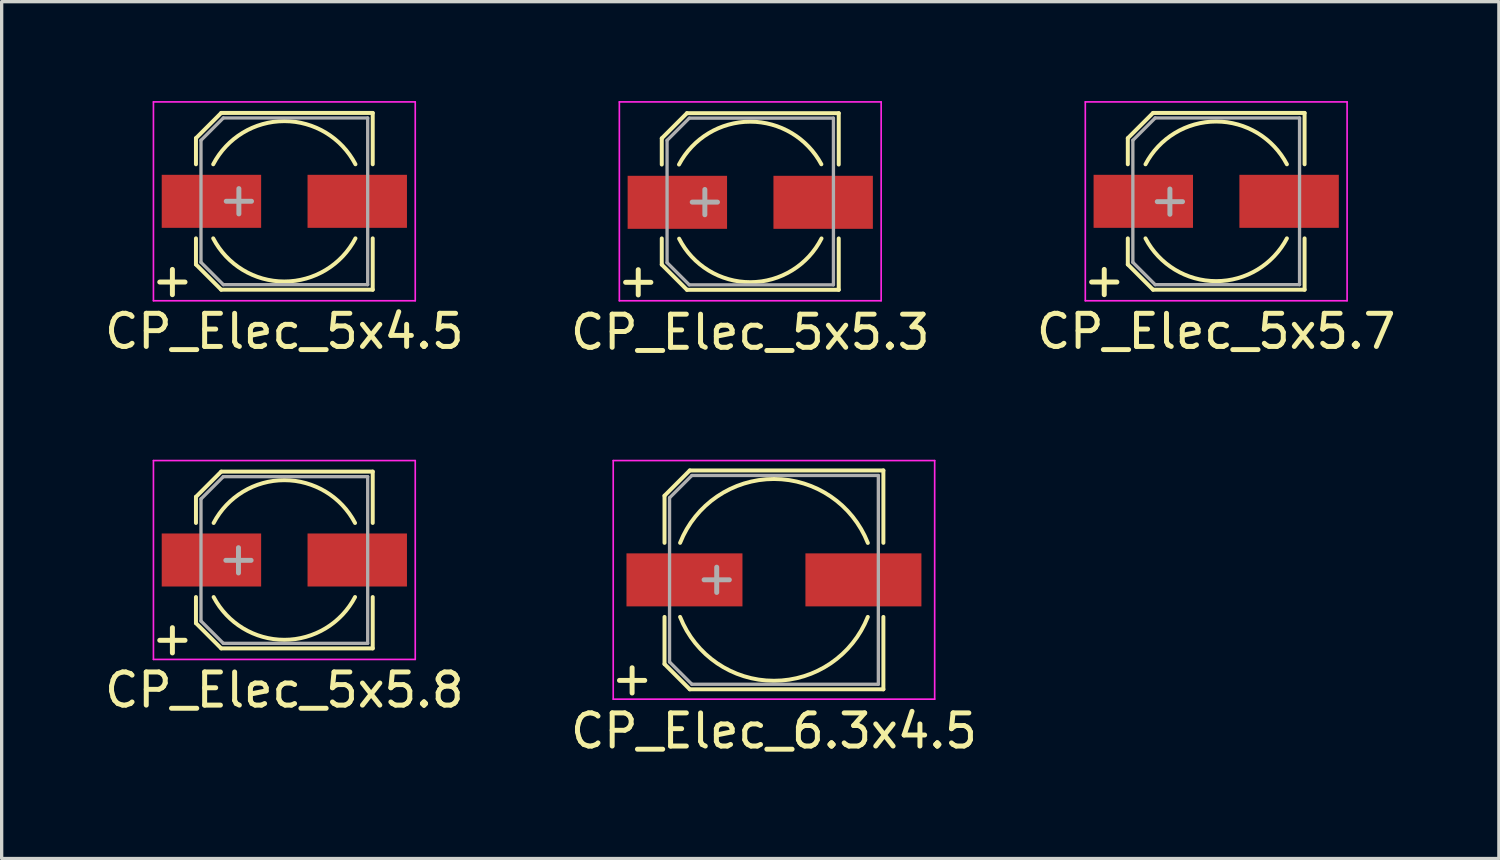
<source format=kicad_pcb>
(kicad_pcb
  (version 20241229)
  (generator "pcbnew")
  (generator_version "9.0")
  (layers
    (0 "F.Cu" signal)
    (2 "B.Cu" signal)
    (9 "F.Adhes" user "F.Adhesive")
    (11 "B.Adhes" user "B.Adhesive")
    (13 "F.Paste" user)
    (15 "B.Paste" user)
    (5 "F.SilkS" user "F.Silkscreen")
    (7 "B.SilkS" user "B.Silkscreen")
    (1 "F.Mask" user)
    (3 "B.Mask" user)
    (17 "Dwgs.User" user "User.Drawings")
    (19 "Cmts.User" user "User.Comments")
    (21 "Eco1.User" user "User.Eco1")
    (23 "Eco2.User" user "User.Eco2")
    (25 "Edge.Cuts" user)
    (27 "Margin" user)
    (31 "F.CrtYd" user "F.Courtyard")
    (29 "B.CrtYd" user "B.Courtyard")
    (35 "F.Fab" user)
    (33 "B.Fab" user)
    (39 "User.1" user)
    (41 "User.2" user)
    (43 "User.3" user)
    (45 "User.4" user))
  (footprint "CP_Elec_6.3x4.5"
    (layer "F.Cu")
    (at 20.304 14.448)
    (property "Reference" "CP_Elec_6.3x4.5" (at 0 4.559 0) (layer "F.SilkS") (effects (font (size 1 1) (thickness 0.15))))
    (attr smd)
    (fp_line (start -3.302 -2.54) (end -3.302 -1.118) (stroke (width 0.12) (type solid)) (layer "F.SilkS"))
    (fp_line (start -3.302 -2.54) (end -2.54 -3.302) (stroke (width 0.12) (type solid)) (layer "F.SilkS"))
    (fp_line (start -3.302 2.54) (end -3.302 1.118) (stroke (width 0.12) (type solid)) (layer "F.SilkS"))
    (fp_line (start -2.54 -3.302) (end 3.302 -3.302) (stroke (width 0.12) (type solid)) (layer "F.SilkS"))
    (fp_line (start -2.54 3.302) (end -3.302 2.54) (stroke (width 0.12) (type solid)) (layer "F.SilkS"))
    (fp_line (start 3.302 -3.302) (end 3.302 -1.118) (stroke (width 0.12) (type solid)) (layer "F.SilkS"))
    (fp_line (start 3.302 3.302) (end -2.54 3.302) (stroke (width 0.12) (type solid)) (layer "F.SilkS"))
    (fp_line (start 3.302 3.302) (end 3.302 1.118) (stroke (width 0.12) (type solid)) (layer "F.SilkS"))
    (fp_arc (start -2.8321 -1.1176) (mid 0.001257 -3.044638) (end 2.833022 -1.115262) (stroke (width 0.12) (type solid)) (layer "F.SilkS"))
    (fp_arc (start 2.8321 1.1176) (mid 0 3.044638) (end -2.8321 1.1176) (stroke (width 0.12) (type solid)) (layer "F.SilkS"))
    (fp_line (start -4.85 -3.6) (end -4.85 3.6) (stroke (width 0.05) (type solid)) (layer "F.CrtYd"))
    (fp_line (start -4.85 3.6) (end 4.85 3.6) (stroke (width 0.05) (type solid)) (layer "F.CrtYd"))
    (fp_line (start 4.85 -3.6) (end -4.85 -3.6) (stroke (width 0.05) (type solid)) (layer "F.CrtYd"))
    (fp_line (start 4.85 3.6) (end 4.85 -3.6) (stroke (width 0.05) (type solid)) (layer "F.CrtYd"))
    (fp_line (start -3.15 -2.477) (end -3.15 2.477) (stroke (width 0.1) (type solid)) (layer "F.Fab"))
    (fp_line (start -3.15 2.477) (end -2.477 3.15) (stroke (width 0.1) (type solid)) (layer "F.Fab"))
    (fp_line (start -2.477 -3.15) (end -3.15 -2.477) (stroke (width 0.1) (type solid)) (layer "F.Fab"))
    (fp_line (start -2.477 3.15) (end 3.15 3.15) (stroke (width 0.1) (type solid)) (layer "F.Fab"))
    (fp_line (start 3.15 -3.15) (end -2.477 -3.15) (stroke (width 0.1) (type solid)) (layer "F.Fab"))
    (fp_line (start 3.15 3.15) (end 3.15 -3.15) (stroke (width 0.1) (type solid)) (layer "F.Fab"))
    (fp_text user "+" (at -4.28 2.959 0) (layer "F.SilkS") (effects (font (size 1 1) (thickness 0.15))))
    (fp_text user "+" (at -1.727 -0.076 0) (layer "F.Fab") (effects (font (size 1 1) (thickness 0.15))))
    (pad "1" smd rect (at -2.7 0 180) (size 3.5 1.6) (layers "F.Cu" "F.Mask" "F.Paste"))
    (pad "2" smd rect (at 2.7 0 180) (size 3.5 1.6) (layers "F.Cu" "F.Mask" "F.Paste")))
  (footprint "CP_Elec_5x5.7"
    (layer "F.Cu")
    (at 33.649 3.025)
    (property "Reference" "CP_Elec_5x5.7" (at 0 3.924 0) (layer "F.SilkS") (effects (font (size 1 1) (thickness 0.15))))
    (attr smd)
    (fp_line (start -2.667 -1.905) (end -2.667 -1.118) (stroke (width 0.12) (type solid)) (layer "F.SilkS"))
    (fp_line (start -2.667 1.905) (end -2.667 1.118) (stroke (width 0.12) (type solid)) (layer "F.SilkS"))
    (fp_line (start -2.667 1.905) (end -1.905 2.667) (stroke (width 0.12) (type solid)) (layer "F.SilkS"))
    (fp_line (start -1.905 -2.667) (end -2.667 -1.905) (stroke (width 0.12) (type solid)) (layer "F.SilkS"))
    (fp_line (start -1.905 2.667) (end 2.667 2.667) (stroke (width 0.12) (type solid)) (layer "F.SilkS"))
    (fp_line (start 2.667 -2.667) (end -1.905 -2.667) (stroke (width 0.12) (type solid)) (layer "F.SilkS"))
    (fp_line (start 2.667 -2.667) (end 2.667 -1.118) (stroke (width 0.12) (type solid)) (layer "F.SilkS"))
    (fp_line (start 2.667 2.667) (end 2.667 1.118) (stroke (width 0.12) (type solid)) (layer "F.SilkS"))
    (fp_arc (start -2.1336 -1.1176) (mid 0 -2.408584) (end 2.1336 -1.1176) (stroke (width 0.12) (type solid)) (layer "F.SilkS"))
    (fp_arc (start 2.1336 1.1176) (mid 0 2.408584) (end -2.1336 1.1176) (stroke (width 0.12) (type solid)) (layer "F.SilkS"))
    (fp_line (start -3.95 -3) (end -3.95 3) (stroke (width 0.05) (type solid)) (layer "F.CrtYd"))
    (fp_line (start -3.95 3) (end 3.95 3) (stroke (width 0.05) (type solid)) (layer "F.CrtYd"))
    (fp_line (start 3.95 -3) (end -3.95 -3) (stroke (width 0.05) (type solid)) (layer "F.CrtYd"))
    (fp_line (start 3.95 3) (end 3.95 -3) (stroke (width 0.05) (type solid)) (layer "F.CrtYd"))
    (fp_line (start -2.515 -1.841) (end -2.515 1.841) (stroke (width 0.1) (type solid)) (layer "F.Fab"))
    (fp_line (start -2.515 1.841) (end -1.841 2.515) (stroke (width 0.1) (type solid)) (layer "F.Fab"))
    (fp_line (start -1.841 -2.515) (end -2.515 -1.841) (stroke (width 0.1) (type solid)) (layer "F.Fab"))
    (fp_line (start -1.841 2.515) (end 2.515 2.515) (stroke (width 0.1) (type solid)) (layer "F.Fab"))
    (fp_line (start 2.515 -2.515) (end -1.841 -2.515) (stroke (width 0.1) (type solid)) (layer "F.Fab"))
    (fp_line (start 2.515 2.515) (end 2.515 -2.515) (stroke (width 0.1) (type solid)) (layer "F.Fab"))
    (fp_text user "+" (at -3.378 2.362 0) (layer "F.SilkS") (effects (font (size 1 1) (thickness 0.15))))
    (fp_text user "+" (at -1.397 -0.064 0) (layer "F.Fab") (effects (font (size 1 1) (thickness 0.15))))
    (pad "1" smd rect (at -2.2 0 180) (size 3 1.6) (layers "F.Cu" "F.Mask" "F.Paste"))
    (pad "2" smd rect (at 2.2 0 180) (size 3 1.6) (layers "F.Cu" "F.Mask" "F.Paste")))
  (footprint "CP_Elec_5x4.5"
    (layer "F.Cu")
    (at 5.53 3.025)
    (property "Reference" "CP_Elec_5x4.5" (at 0 3.924 0) (layer "F.SilkS") (effects (font (size 1 1) (thickness 0.15))))
    (attr smd)
    (fp_line (start -2.667 -1.905) (end -2.667 -1.118) (stroke (width 0.12) (type solid)) (layer "F.SilkS"))
    (fp_line (start -2.667 1.905) (end -2.667 1.118) (stroke (width 0.12) (type solid)) (layer "F.SilkS"))
    (fp_line (start -2.667 1.905) (end -1.905 2.667) (stroke (width 0.12) (type solid)) (layer "F.SilkS"))
    (fp_line (start -1.905 -2.667) (end -2.667 -1.905) (stroke (width 0.12) (type solid)) (layer "F.SilkS"))
    (fp_line (start -1.905 2.667) (end 2.667 2.667) (stroke (width 0.12) (type solid)) (layer "F.SilkS"))
    (fp_line (start 2.667 -2.667) (end -1.905 -2.667) (stroke (width 0.12) (type solid)) (layer "F.SilkS"))
    (fp_line (start 2.667 -2.667) (end 2.667 -1.118) (stroke (width 0.12) (type solid)) (layer "F.SilkS"))
    (fp_line (start 2.667 2.667) (end 2.667 1.118) (stroke (width 0.12) (type solid)) (layer "F.SilkS"))
    (fp_arc (start -2.1463 -1.1176) (mid -0.000477 -2.419842) (end 2.145859 -1.118447) (stroke (width 0.12) (type solid)) (layer "F.SilkS"))
    (fp_arc (start 2.1463 1.1176) (mid 0 2.419842) (end -2.1463 1.1176) (stroke (width 0.12) (type solid)) (layer "F.SilkS"))
    (fp_line (start -3.95 -3) (end -3.95 3) (stroke (width 0.05) (type solid)) (layer "F.CrtYd"))
    (fp_line (start -3.95 3) (end 3.95 3) (stroke (width 0.05) (type solid)) (layer "F.CrtYd"))
    (fp_line (start 3.95 -3) (end -3.95 -3) (stroke (width 0.05) (type solid)) (layer "F.CrtYd"))
    (fp_line (start 3.95 3) (end 3.95 -3) (stroke (width 0.05) (type solid)) (layer "F.CrtYd"))
    (fp_line (start -2.515 -1.841) (end -2.515 1.841) (stroke (width 0.1) (type solid)) (layer "F.Fab"))
    (fp_line (start -2.515 1.841) (end -1.841 2.515) (stroke (width 0.1) (type solid)) (layer "F.Fab"))
    (fp_line (start -1.841 -2.515) (end -2.515 -1.841) (stroke (width 0.1) (type solid)) (layer "F.Fab"))
    (fp_line (start -1.841 2.515) (end 2.515 2.515) (stroke (width 0.1) (type solid)) (layer "F.Fab"))
    (fp_line (start 2.515 -2.515) (end -1.841 -2.515) (stroke (width 0.1) (type solid)) (layer "F.Fab"))
    (fp_line (start 2.515 2.515) (end 2.515 -2.515) (stroke (width 0.1) (type solid)) (layer "F.Fab"))
    (fp_text user "+" (at -3.378 2.362 0) (layer "F.SilkS") (effects (font (size 1 1) (thickness 0.15))))
    (fp_text user "+" (at -1.372 -0.076 0) (layer "F.Fab") (effects (font (size 1 1) (thickness 0.15))))
    (pad "1" smd rect (at -2.2 0 180) (size 3 1.6) (layers "F.Cu" "F.Mask" "F.Paste"))
    (pad "2" smd rect (at 2.2 0 180) (size 3 1.6) (layers "F.Cu" "F.Mask" "F.Paste")))
  (footprint "CP_Elec_5x5.3"
    (layer "F.Cu")
    (at 19.589 3.055)
    (property "Reference" "CP_Elec_5x5.3" (at 0 3.92 0) (layer "F.SilkS") (effects (font (size 1 1) (thickness 0.15))))
    (attr smd)
    (fp_line (start -2.67 -1.93) (end -2.67 -1.14) (stroke (width 0.12) (type solid)) (layer "F.SilkS"))
    (fp_line (start -2.67 1.88) (end -2.67 1.09) (stroke (width 0.12) (type solid)) (layer "F.SilkS"))
    (fp_line (start -2.67 1.88) (end -1.91 2.64) (stroke (width 0.12) (type solid)) (layer "F.SilkS"))
    (fp_line (start -1.91 -2.69) (end -2.67 -1.93) (stroke (width 0.12) (type solid)) (layer "F.SilkS"))
    (fp_line (start -1.91 2.64) (end 2.67 2.64) (stroke (width 0.12) (type solid)) (layer "F.SilkS"))
    (fp_line (start 2.67 -2.69) (end -1.91 -2.69) (stroke (width 0.12) (type solid)) (layer "F.SilkS"))
    (fp_line (start 2.67 -2.69) (end 2.67 -1.14) (stroke (width 0.12) (type solid)) (layer "F.SilkS"))
    (fp_line (start 2.67 2.64) (end 2.67 1.09) (stroke (width 0.12) (type solid)) (layer "F.SilkS"))
    (fp_arc (start -2.15 -1.14) (mid -0.004715 -2.433532) (end 2.145566 -1.148323) (stroke (width 0.12) (type solid)) (layer "F.SilkS"))
    (fp_arc (start 2.15 1.09) (mid 0.003831 2.410516) (end -2.146525 1.096828) (stroke (width 0.12) (type solid)) (layer "F.SilkS"))
    (fp_line (start -3.95 -3.03) (end -3.95 2.97) (stroke (width 0.05) (type solid)) (layer "F.CrtYd"))
    (fp_line (start -3.95 2.97) (end 3.95 2.97) (stroke (width 0.05) (type solid)) (layer "F.CrtYd"))
    (fp_line (start 3.95 -3.03) (end -3.95 -3.03) (stroke (width 0.05) (type solid)) (layer "F.CrtYd"))
    (fp_line (start 3.95 2.97) (end 3.95 -3.03) (stroke (width 0.05) (type solid)) (layer "F.CrtYd"))
    (fp_line (start -2.51 -1.87) (end -2.51 1.82) (stroke (width 0.1) (type solid)) (layer "F.Fab"))
    (fp_line (start -2.51 1.82) (end -1.84 2.49) (stroke (width 0.1) (type solid)) (layer "F.Fab"))
    (fp_line (start -1.84 -2.54) (end -2.51 -1.87) (stroke (width 0.1) (type solid)) (layer "F.Fab"))
    (fp_line (start -1.84 2.49) (end 2.51 2.49) (stroke (width 0.1) (type solid)) (layer "F.Fab"))
    (fp_line (start 2.51 -2.54) (end -1.84 -2.54) (stroke (width 0.1) (type solid)) (layer "F.Fab"))
    (fp_line (start 2.51 2.49) (end 2.51 -2.54) (stroke (width 0.1) (type solid)) (layer "F.Fab"))
    (fp_text user "+" (at -3.38 2.34 0) (layer "F.SilkS") (effects (font (size 1 1) (thickness 0.15))))
    (fp_text user "+" (at -1.37 -0.08 0) (layer "F.Fab") (effects (font (size 1 1) (thickness 0.15))))
    (pad "1" smd rect (at -2.2 0 180) (size 3 1.6) (layers "F.Cu" "F.Mask" "F.Paste"))
    (pad "2" smd rect (at 2.2 0 180) (size 3 1.6) (layers "F.Cu" "F.Mask" "F.Paste")))
  (footprint "CP_Elec_5x5.8"
    (layer "F.Cu")
    (at 5.53 13.848)
    (property "Reference" "CP_Elec_5x5.8" (at 0 3.924 0) (layer "F.SilkS") (effects (font (size 1 1) (thickness 0.15))))
    (attr smd)
    (fp_line (start -2.667 -1.905) (end -2.667 -1.118) (stroke (width 0.12) (type solid)) (layer "F.SilkS"))
    (fp_line (start -2.667 1.905) (end -2.667 1.118) (stroke (width 0.12) (type solid)) (layer "F.SilkS"))
    (fp_line (start -2.667 1.905) (end -1.905 2.667) (stroke (width 0.12) (type solid)) (layer "F.SilkS"))
    (fp_line (start -1.905 -2.667) (end -2.667 -1.905) (stroke (width 0.12) (type solid)) (layer "F.SilkS"))
    (fp_line (start -1.905 2.667) (end 2.667 2.667) (stroke (width 0.12) (type solid)) (layer "F.SilkS"))
    (fp_line (start 2.667 -2.667) (end -1.905 -2.667) (stroke (width 0.12) (type solid)) (layer "F.SilkS"))
    (fp_line (start 2.667 -2.667) (end 2.667 -1.118) (stroke (width 0.12) (type solid)) (layer "F.SilkS"))
    (fp_line (start 2.667 2.667) (end 2.667 1.118) (stroke (width 0.12) (type solid)) (layer "F.SilkS"))
    (fp_arc (start -2.1336 -1.1176) (mid 0 -2.408584) (end 2.1336 -1.1176) (stroke (width 0.12) (type solid)) (layer "F.SilkS"))
    (fp_arc (start 2.1336 1.1176) (mid 0.000549 2.408584) (end -2.133091 1.118572) (stroke (width 0.12) (type solid)) (layer "F.SilkS"))
    (fp_line (start -3.95 -3) (end -3.95 3) (stroke (width 0.05) (type solid)) (layer "F.CrtYd"))
    (fp_line (start -3.95 3) (end 3.95 3) (stroke (width 0.05) (type solid)) (layer "F.CrtYd"))
    (fp_line (start 3.95 -3) (end -3.95 -3) (stroke (width 0.05) (type solid)) (layer "F.CrtYd"))
    (fp_line (start 3.95 3) (end 3.95 -3) (stroke (width 0.05) (type solid)) (layer "F.CrtYd"))
    (fp_line (start -2.515 -1.841) (end -2.515 1.841) (stroke (width 0.1) (type solid)) (layer "F.Fab"))
    (fp_line (start -2.515 1.841) (end -1.841 2.515) (stroke (width 0.1) (type solid)) (layer "F.Fab"))
    (fp_line (start -1.841 -2.515) (end -2.515 -1.841) (stroke (width 0.1) (type solid)) (layer "F.Fab"))
    (fp_line (start -1.841 2.515) (end 2.515 2.515) (stroke (width 0.1) (type solid)) (layer "F.Fab"))
    (fp_line (start 2.515 -2.515) (end -1.841 -2.515) (stroke (width 0.1) (type solid)) (layer "F.Fab"))
    (fp_line (start 2.515 2.515) (end 2.515 -2.515) (stroke (width 0.1) (type solid)) (layer "F.Fab"))
    (fp_text user "+" (at -3.378 2.349 0) (layer "F.SilkS") (effects (font (size 1 1) (thickness 0.15))))
    (fp_text user "+" (at -1.384 -0.064 0) (layer "F.Fab") (effects (font (size 1 1) (thickness 0.15))))
    (pad "1" smd rect (at -2.2 0 180) (size 3 1.6) (layers "F.Cu" "F.Mask" "F.Paste"))
    (pad "2" smd rect (at 2.2 0 180) (size 3 1.6) (layers "F.Cu" "F.Mask" "F.Paste")))
  (gr_rect
    (start -3 -3)
    (end 42.179 22.856)
    (stroke (width 0.1) (type default))
    (fill no)
    (layer "Edge.Cuts")))
</source>
